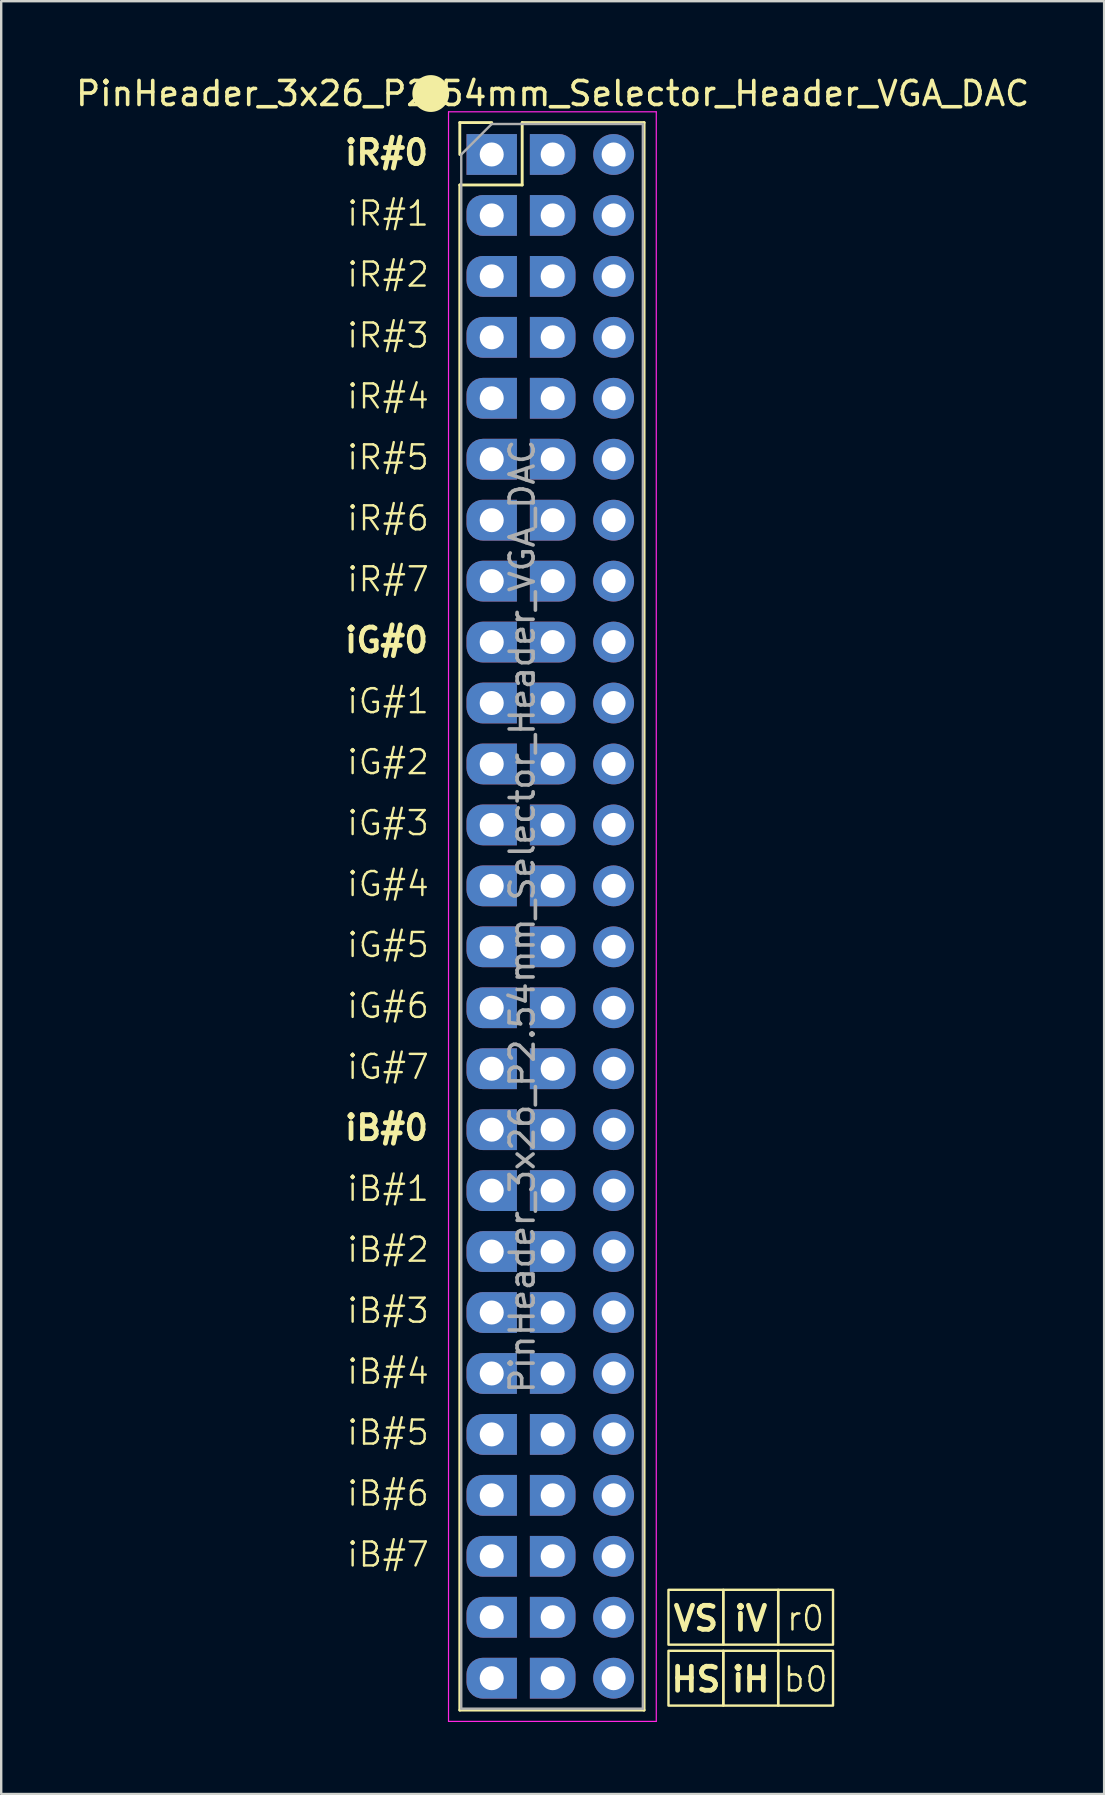
<source format=kicad_pcb>
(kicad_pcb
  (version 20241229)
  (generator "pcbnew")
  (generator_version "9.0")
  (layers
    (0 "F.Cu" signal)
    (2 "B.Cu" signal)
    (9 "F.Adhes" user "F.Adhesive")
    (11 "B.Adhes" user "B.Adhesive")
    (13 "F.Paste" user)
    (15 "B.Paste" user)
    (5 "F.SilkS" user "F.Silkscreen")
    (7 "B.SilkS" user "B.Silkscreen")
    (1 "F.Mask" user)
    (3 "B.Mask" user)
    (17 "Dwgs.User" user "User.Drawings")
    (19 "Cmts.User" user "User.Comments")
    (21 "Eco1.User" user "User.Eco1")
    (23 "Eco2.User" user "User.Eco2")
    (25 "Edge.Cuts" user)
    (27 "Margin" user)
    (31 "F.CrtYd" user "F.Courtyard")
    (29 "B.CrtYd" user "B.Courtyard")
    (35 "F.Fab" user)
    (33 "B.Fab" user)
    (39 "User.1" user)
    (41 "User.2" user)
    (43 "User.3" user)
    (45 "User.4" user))
  (footprint "PinHeader_3x26_P2.54mm_Selector_Header_VGA_DAC"
    (layer "F.Cu")
    (at 17.442 3.388)
    (property "Reference" "PinHeader_3x26_P2.54mm_Selector_Header_VGA_DAC" (at 2.54 -2.54 0) (layer "F.SilkS") (effects (font (size 1 1) (thickness 0.15))))
    (attr through_hole)
    (fp_line (start -1.33 -1.33) (end 0 -1.33) (stroke (width 0.12) (type solid)) (layer "F.SilkS"))
    (fp_line (start -1.33 0) (end -1.33 -1.33) (stroke (width 0.12) (type solid)) (layer "F.SilkS"))
    (fp_line (start -1.33 1.27) (end -1.33 64.83) (stroke (width 0.12) (type solid)) (layer "F.SilkS"))
    (fp_line (start -1.33 1.27) (end 1.27 1.27) (stroke (width 0.12) (type solid)) (layer "F.SilkS"))
    (fp_line (start -1.33 64.83) (end 6.35 64.83) (stroke (width 0.12) (type solid)) (layer "F.SilkS"))
    (fp_line (start 1.27 -1.33) (end 6.35 -1.33) (stroke (width 0.12) (type solid)) (layer "F.SilkS"))
    (fp_line (start 1.27 1.27) (end 1.27 -1.33) (stroke (width 0.12) (type solid)) (layer "F.SilkS"))
    (fp_line (start 6.35 -1.33) (end 6.35 64.83) (stroke (width 0.12) (type solid)) (layer "F.SilkS"))
    (fp_rect (start 7.366 59.817) (end 9.652 62.103) (stroke (width 0.1) (type default)) (fill no) (layer "F.SilkS"))
    (fp_rect (start 7.366 62.357) (end 9.652 64.643) (stroke (width 0.1) (type default)) (fill no) (layer "F.SilkS"))
    (fp_rect (start 9.652 59.817) (end 11.938 62.103) (stroke (width 0.1) (type default)) (fill no) (layer "F.SilkS"))
    (fp_rect (start 9.652 62.357) (end 11.938 64.643) (stroke (width 0.1) (type default)) (fill no) (layer "F.SilkS"))
    (fp_rect (start 11.938 59.817) (end 14.224 62.103) (stroke (width 0.1) (type default)) (fill no) (layer "F.SilkS"))
    (fp_rect (start 11.938 62.357) (end 14.224 64.643) (stroke (width 0.1) (type default)) (fill no) (layer "F.SilkS"))
    (fp_circle (center -2.54 -2.54) (end -1.822 -2.54) (stroke (width 0.1) (type solid)) (fill yes) (layer "F.SilkS"))
    (fp_line (start -1.8 -1.778) (end -1.8 65.3) (stroke (width 0.05) (type solid)) (layer "F.CrtYd"))
    (fp_line (start -1.8 65.3) (end 6.858 65.3) (stroke (width 0.05) (type solid)) (layer "F.CrtYd"))
    (fp_line (start 6.858 -1.778) (end -1.8 -1.778) (stroke (width 0.05) (type solid)) (layer "F.CrtYd"))
    (fp_line (start 6.858 65.3) (end 6.858 -1.778) (stroke (width 0.05) (type solid)) (layer "F.CrtYd"))
    (fp_line (start -1.27 0) (end 0 -1.27) (stroke (width 0.1) (type solid)) (layer "F.Fab"))
    (fp_line (start -1.27 64.77) (end -1.27 0) (stroke (width 0.1) (type solid)) (layer "F.Fab"))
    (fp_line (start 0 -1.27) (end 6.299 -1.27) (stroke (width 0.1) (type solid)) (layer "F.Fab"))
    (fp_line (start 6.299 -1.27) (end 6.299 64.77) (stroke (width 0.1) (type solid)) (layer "F.Fab"))
    (fp_line (start 6.299 64.77) (end -1.27 64.77) (stroke (width 0.1) (type solid)) (layer "F.Fab"))
    (fp_text user "iB#1" (at -2.54 43.688 0) (unlocked yes) (layer "F.SilkS") (effects (font (size 1 1) (thickness 0.1)) (justify right bottom)))
    (fp_text user "iR#7" (at -2.54 18.288 0) (unlocked yes) (layer "F.SilkS") (effects (font (size 1 1) (thickness 0.1)) (justify right bottom)))
    (fp_text user "iB#5" (at -2.54 53.848 0) (unlocked yes) (layer "F.SilkS") (effects (font (size 1 1) (thickness 0.1)) (justify right bottom)))
    (fp_text user "iR#0" (at -2.54 0.508 0) (unlocked yes) (layer "F.SilkS") (effects (font (size 1 1) (thickness 0.2) (bold yes)) (justify right bottom)))
    (fp_text user "iR#1" (at -2.54 3.048 0) (unlocked yes) (layer "F.SilkS") (effects (font (size 1 1) (thickness 0.1)) (justify right bottom)))
    (fp_text user "iR#3" (at -2.54 8.128 0) (unlocked yes) (layer "F.SilkS") (effects (font (size 1 1) (thickness 0.1)) (justify right bottom)))
    (fp_text user "iR#2" (at -2.54 5.588 0) (unlocked yes) (layer "F.SilkS") (effects (font (size 1 1) (thickness 0.1)) (justify right bottom)))
    (fp_text user "iG#2" (at -2.54 25.908 0) (unlocked yes) (layer "F.SilkS") (effects (font (size 1 1) (thickness 0.1)) (justify right bottom)))
    (fp_text user "VS" (at 8.509 61.595 0) (unlocked yes) (layer "F.SilkS") (effects (font (size 1 1) (thickness 0.2) (bold yes)) (justify bottom)))
    (fp_text user "iG#4" (at -2.54 30.988 0) (unlocked yes) (layer "F.SilkS") (effects (font (size 1 1) (thickness 0.1)) (justify right bottom)))
    (fp_text user "iR#6" (at -2.54 15.748 0) (unlocked yes) (layer "F.SilkS") (effects (font (size 1 1) (thickness 0.1)) (justify right bottom)))
    (fp_text user "iG#1" (at -2.54 23.368 0) (unlocked yes) (layer "F.SilkS") (effects (font (size 1 1) (thickness 0.1)) (justify right bottom)))
    (fp_text user "iG#6" (at -2.54 36.068 0) (unlocked yes) (layer "F.SilkS") (effects (font (size 1 1) (thickness 0.1)) (justify right bottom)))
    (fp_text user "HS" (at 8.509 64.135 0) (unlocked yes) (layer "F.SilkS") (effects (font (size 1 1) (thickness 0.2) (bold yes)) (justify bottom)))
    (fp_text user "iV" (at 10.795 61.595 0) (unlocked yes) (layer "F.SilkS") (effects (font (size 1 1) (thickness 0.2) (bold yes)) (justify bottom)))
    (fp_text user "iG#5" (at -2.54 33.528 0) (unlocked yes) (layer "F.SilkS") (effects (font (size 1 1) (thickness 0.1)) (justify right bottom)))
    (fp_text user "iG#3" (at -2.54 28.448 0) (unlocked yes) (layer "F.SilkS") (effects (font (size 1 1) (thickness 0.1)) (justify right bottom)))
    (fp_text user "iG#0" (at -2.54 20.828 0) (unlocked yes) (layer "F.SilkS") (effects (font (size 1 1) (thickness 0.2) (bold yes)) (justify right bottom)))
    (fp_text user "iB#7" (at -2.54 58.928 0) (unlocked yes) (layer "F.SilkS") (effects (font (size 1 1) (thickness 0.1)) (justify right bottom)))
    (fp_text user "iB#3" (at -2.54 48.768 0) (unlocked yes) (layer "F.SilkS") (effects (font (size 1 1) (thickness 0.1)) (justify right bottom)))
    (fp_text user "iB#0" (at -2.54 41.148 0) (unlocked yes) (layer "F.SilkS") (effects (font (size 1 1) (thickness 0.2) (bold yes)) (justify right bottom)))
    (fp_text user "iB#2" (at -2.54 46.228 0) (unlocked yes) (layer "F.SilkS") (effects (font (size 1 1) (thickness 0.1)) (justify right bottom)))
    (fp_text user "iR#4" (at -2.54 10.668 0) (unlocked yes) (layer "F.SilkS") (effects (font (size 1 1) (thickness 0.1)) (justify right bottom)))
    (fp_text user "r0" (at 13.081 61.595 0) (unlocked yes) (layer "F.SilkS") (effects (font (size 1 1) (thickness 0.1)) (justify bottom)))
    (fp_text user "iB#4" (at -2.54 51.308 0) (unlocked yes) (layer "F.SilkS") (effects (font (size 1 1) (thickness 0.1)) (justify right bottom)))
    (fp_text user "iR#5" (at -2.54 13.208 0) (unlocked yes) (layer "F.SilkS") (effects (font (size 1 1) (thickness 0.1)) (justify right bottom)))
    (fp_text user "iB#6" (at -2.54 56.388 0) (unlocked yes) (layer "F.SilkS") (effects (font (size 1 1) (thickness 0.1)) (justify right bottom)))
    (fp_text user "iG#7" (at -2.54 38.608 0) (unlocked yes) (layer "F.SilkS") (effects (font (size 1 1) (thickness 0.1)) (justify right bottom)))
    (fp_text user "b0" (at 13.081 64.135 0) (unlocked yes) (layer "F.SilkS") (effects (font (size 1 1) (thickness 0.1)) (justify bottom)))
    (fp_text user "iH" (at 10.795 64.135 0) (unlocked yes) (layer "F.SilkS") (effects (font (size 1 1) (thickness 0.2) (bold yes)) (justify bottom)))
    (fp_text user "${REFERENCE}" (at 1.27 31.75 90) (layer "F.Fab") (effects (font (size 1 1) (thickness 0.15))))
    (pad "a1" thru_hole rect (at 0 0) (size 2.1 1.7) (drill 1) (layers "*.Cu" "*.Mask"))
    (pad "a2" thru_hole roundrect (at 0 2.54) (size 2.1 1.7) (drill 1) (layers "*.Cu" "*.Mask") (roundrect_rratio 0.4) (chamfer_ratio 0) (chamfer top_right bottom_right))
    (pad "a3" thru_hole roundrect (at 0 5.08) (size 2.1 1.7) (drill 1) (layers "*.Cu" "*.Mask") (roundrect_rratio 0.4) (chamfer_ratio 0) (chamfer top_right bottom_right))
    (pad "a4" thru_hole roundrect (at 0 7.62) (size 2.1 1.7) (drill 1) (layers "*.Cu" "*.Mask") (roundrect_rratio 0.4) (chamfer_ratio 0) (chamfer top_right bottom_right))
    (pad "a5" thru_hole roundrect (at 0 10.16) (size 2.1 1.7) (drill 1) (layers "*.Cu" "*.Mask") (roundrect_rratio 0.4) (chamfer_ratio 0) (chamfer top_right bottom_right))
    (pad "a6" thru_hole roundrect (at 0 12.7) (size 2.1 1.7) (drill 1) (layers "*.Cu" "*.Mask") (roundrect_rratio 0.4) (chamfer_ratio 0) (chamfer top_right bottom_right))
    (pad "a7" thru_hole roundrect (at 0 15.24) (size 2.1 1.7) (drill 1) (layers "*.Cu" "*.Mask") (roundrect_rratio 0.4) (chamfer_ratio 0) (chamfer top_right bottom_right))
    (pad "a8" thru_hole roundrect (at 0 17.78) (size 2.1 1.7) (drill 1) (layers "*.Cu" "*.Mask") (roundrect_rratio 0.4) (chamfer_ratio 0) (chamfer top_right bottom_right))
    (pad "a9" thru_hole roundrect (at 0 20.32) (size 2.1 1.7) (drill 1) (layers "*.Cu" "*.Mask") (roundrect_rratio 0.4) (chamfer_ratio 0) (chamfer top_right bottom_right))
    (pad "a10" thru_hole roundrect (at 0 22.86) (size 2.1 1.7) (drill 1) (layers "*.Cu" "*.Mask") (roundrect_rratio 0.4) (chamfer_ratio 0) (chamfer top_right bottom_right))
    (pad "a11" thru_hole roundrect (at 0 25.4) (size 2.1 1.7) (drill 1) (layers "*.Cu" "*.Mask") (roundrect_rratio 0.4) (chamfer_ratio 0) (chamfer top_right bottom_right))
    (pad "a12" thru_hole roundrect (at 0 27.94) (size 2.1 1.7) (drill 1) (layers "*.Cu" "*.Mask") (roundrect_rratio 0.4) (chamfer_ratio 0) (chamfer top_right bottom_right))
    (pad "a13" thru_hole roundrect (at 0 30.48) (size 2.1 1.7) (drill 1) (layers "*.Cu" "*.Mask") (roundrect_rratio 0.4) (chamfer_ratio 0) (chamfer top_right bottom_right))
    (pad "a14" thru_hole roundrect (at 0 33.02) (size 2.1 1.7) (drill 1) (layers "*.Cu" "*.Mask") (roundrect_rratio 0.4) (chamfer_ratio 0) (chamfer top_right bottom_right))
    (pad "a15" thru_hole roundrect (at 0 35.56) (size 2.1 1.7) (drill 1) (layers "*.Cu" "*.Mask") (roundrect_rratio 0.4) (chamfer_ratio 0) (chamfer top_right bottom_right))
    (pad "a16" thru_hole roundrect (at 0 38.1) (size 2.1 1.7) (drill 1) (layers "*.Cu" "*.Mask") (roundrect_rratio 0.4) (chamfer_ratio 0) (chamfer top_right bottom_right))
    (pad "a17" thru_hole roundrect (at 0 40.64) (size 2.1 1.7) (drill 1) (layers "*.Cu" "*.Mask") (roundrect_rratio 0.4) (chamfer_ratio 0) (chamfer top_right bottom_right))
    (pad "a18" thru_hole roundrect (at 0 43.18) (size 2.1 1.7) (drill 1) (layers "*.Cu" "*.Mask") (roundrect_rratio 0.4) (chamfer_ratio 0) (chamfer top_right bottom_right))
    (pad "a19" thru_hole roundrect (at 0 45.72) (size 2.1 1.7) (drill 1) (layers "*.Cu" "*.Mask") (roundrect_rratio 0.4) (chamfer_ratio 0) (chamfer top_right bottom_right))
    (pad "a20" thru_hole roundrect (at 0 48.26) (size 2.1 1.7) (drill 1) (layers "*.Cu" "*.Mask") (roundrect_rratio 0.4) (chamfer_ratio 0) (chamfer top_right bottom_right))
    (pad "a21" thru_hole roundrect (at 0 50.8) (size 2.1 1.7) (drill 1) (layers "*.Cu" "*.Mask") (roundrect_rratio 0.4) (chamfer_ratio 0) (chamfer top_right bottom_right))
    (pad "a22" thru_hole roundrect (at 0 53.34) (size 2.1 1.7) (drill 1) (layers "*.Cu" "*.Mask") (roundrect_rratio 0.4) (chamfer_ratio 0) (chamfer top_right bottom_right))
    (pad "a23" thru_hole roundrect (at 0 55.88) (size 2.1 1.7) (drill 1) (layers "*.Cu" "*.Mask") (roundrect_rratio 0.4) (chamfer_ratio 0) (chamfer top_right bottom_right))
    (pad "a24" thru_hole roundrect (at 0 58.42) (size 2.1 1.7) (drill 1) (layers "*.Cu" "*.Mask") (roundrect_rratio 0.4) (chamfer_ratio 0) (chamfer top_right bottom_right))
    (pad "a25" thru_hole roundrect (at 0 60.96) (size 2.1 1.7) (drill 1) (layers "*.Cu" "*.Mask") (roundrect_rratio 0.4) (chamfer_ratio 0) (chamfer top_right bottom_right))
    (pad "a26" thru_hole roundrect (at 0 63.5) (size 2.1 1.7) (drill 1) (layers "*.Cu" "*.Mask") (roundrect_rratio 0.4) (chamfer_ratio 0) (chamfer top_right bottom_right))
    (pad "b1" thru_hole oval (at 5.08 0) (size 1.7 1.7) (drill 1) (layers "*.Cu" "*.Mask"))
    (pad "b2" thru_hole oval (at 5.08 2.54) (size 1.7 1.7) (drill 1) (layers "*.Cu" "*.Mask"))
    (pad "b3" thru_hole oval (at 5.08 5.08) (size 1.7 1.7) (drill 1) (layers "*.Cu" "*.Mask"))
    (pad "b4" thru_hole oval (at 5.08 7.62) (size 1.7 1.7) (drill 1) (layers "*.Cu" "*.Mask"))
    (pad "b5" thru_hole oval (at 5.08 10.16) (size 1.7 1.7) (drill 1) (layers "*.Cu" "*.Mask"))
    (pad "b6" thru_hole oval (at 5.08 12.7) (size 1.7 1.7) (drill 1) (layers "*.Cu" "*.Mask"))
    (pad "b7" thru_hole oval (at 5.08 15.24) (size 1.7 1.7) (drill 1) (layers "*.Cu" "*.Mask"))
    (pad "b8" thru_hole oval (at 5.08 17.78) (size 1.7 1.7) (drill 1) (layers "*.Cu" "*.Mask"))
    (pad "b9" thru_hole oval (at 5.08 20.32) (size 1.7 1.7) (drill 1) (layers "*.Cu" "*.Mask"))
    (pad "b10" thru_hole oval (at 5.08 22.86) (size 1.7 1.7) (drill 1) (layers "*.Cu" "*.Mask"))
    (pad "b11" thru_hole oval (at 5.08 25.4) (size 1.7 1.7) (drill 1) (layers "*.Cu" "*.Mask"))
    (pad "b12" thru_hole oval (at 5.08 27.94) (size 1.7 1.7) (drill 1) (layers "*.Cu" "*.Mask"))
    (pad "b13" thru_hole oval (at 5.08 30.48) (size 1.7 1.7) (drill 1) (layers "*.Cu" "*.Mask"))
    (pad "b14" thru_hole oval (at 5.08 33.02) (size 1.7 1.7) (drill 1) (layers "*.Cu" "*.Mask"))
    (pad "b15" thru_hole oval (at 5.08 35.56) (size 1.7 1.7) (drill 1) (layers "*.Cu" "*.Mask"))
    (pad "b16" thru_hole oval (at 5.08 38.1) (size 1.7 1.7) (drill 1) (layers "*.Cu" "*.Mask"))
    (pad "b17" thru_hole oval (at 5.08 40.64) (size 1.7 1.7) (drill 1) (layers "*.Cu" "*.Mask"))
    (pad "b18" thru_hole oval (at 5.08 43.18) (size 1.7 1.7) (drill 1) (layers "*.Cu" "*.Mask"))
    (pad "b19" thru_hole oval (at 5.08 45.72) (size 1.7 1.7) (drill 1) (layers "*.Cu" "*.Mask"))
    (pad "b20" thru_hole oval (at 5.08 48.26) (size 1.7 1.7) (drill 1) (layers "*.Cu" "*.Mask"))
    (pad "b21" thru_hole oval (at 5.08 50.8) (size 1.7 1.7) (drill 1) (layers "*.Cu" "*.Mask"))
    (pad "b22" thru_hole oval (at 5.08 53.34) (size 1.7 1.7) (drill 1) (layers "*.Cu" "*.Mask"))
    (pad "b23" thru_hole oval (at 5.08 55.88) (size 1.7 1.7) (drill 1) (layers "*.Cu" "*.Mask"))
    (pad "b24" thru_hole oval (at 5.08 58.42) (size 1.7 1.7) (drill 1) (layers "*.Cu" "*.Mask"))
    (pad "b25" thru_hole oval (at 5.08 60.96) (size 1.7 1.7) (drill 1) (layers "*.Cu" "*.Mask"))
    (pad "b26" thru_hole oval (at 5.08 63.5) (size 1.7 1.7) (drill 1) (layers "*.Cu" "*.Mask"))
    (pad "x1" thru_hole roundrect (at 2.54 0) (size 1.9 1.7) (drill 1) (layers "*.Cu" "*.Mask") (roundrect_rratio 0.4) (chamfer_ratio 0) (chamfer top_left bottom_left))
    (pad "x2" thru_hole roundrect (at 2.54 2.54) (size 1.9 1.7) (drill 1) (layers "*.Cu" "*.Mask") (roundrect_rratio 0.4) (chamfer_ratio 0) (chamfer top_left bottom_left))
    (pad "x3" thru_hole roundrect (at 2.54 5.08) (size 1.9 1.7) (drill 1) (layers "*.Cu" "*.Mask") (roundrect_rratio 0.4) (chamfer_ratio 0) (chamfer top_left bottom_left))
    (pad "x4" thru_hole roundrect (at 2.54 7.62) (size 1.9 1.7) (drill 1) (layers "*.Cu" "*.Mask") (roundrect_rratio 0.4) (chamfer_ratio 0) (chamfer top_left bottom_left))
    (pad "x5" thru_hole roundrect (at 2.54 10.16) (size 1.9 1.7) (drill 1) (layers "*.Cu" "*.Mask") (roundrect_rratio 0.4) (chamfer_ratio 0) (chamfer top_left bottom_left))
    (pad "x6" thru_hole roundrect (at 2.54 12.7) (size 1.9 1.7) (drill 1) (layers "*.Cu" "*.Mask") (roundrect_rratio 0.4) (chamfer_ratio 0) (chamfer top_left bottom_left))
    (pad "x7" thru_hole roundrect (at 2.54 15.24) (size 1.9 1.7) (drill 1) (layers "*.Cu" "*.Mask") (roundrect_rratio 0.4) (chamfer_ratio 0) (chamfer top_left bottom_left))
    (pad "x8" thru_hole roundrect (at 2.54 17.78) (size 1.9 1.7) (drill 1) (layers "*.Cu" "*.Mask") (roundrect_rratio 0.4) (chamfer_ratio 0) (chamfer top_left bottom_left))
    (pad "x9" thru_hole roundrect (at 2.54 20.32) (size 1.9 1.7) (drill 1) (layers "*.Cu" "*.Mask") (roundrect_rratio 0.4) (chamfer_ratio 0) (chamfer top_left bottom_left))
    (pad "x10" thru_hole roundrect (at 2.54 22.86) (size 1.9 1.7) (drill 1) (layers "*.Cu" "*.Mask") (roundrect_rratio 0.4) (chamfer_ratio 0) (chamfer top_left bottom_left))
    (pad "x11" thru_hole roundrect (at 2.54 25.4) (size 1.9 1.7) (drill 1) (layers "*.Cu" "*.Mask") (roundrect_rratio 0.4) (chamfer_ratio 0) (chamfer top_left bottom_left))
    (pad "x12" thru_hole roundrect (at 2.54 27.94) (size 1.9 1.7) (drill 1) (layers "*.Cu" "*.Mask") (roundrect_rratio 0.4) (chamfer_ratio 0) (chamfer top_left bottom_left))
    (pad "x13" thru_hole roundrect (at 2.54 30.48) (size 1.9 1.7) (drill 1) (layers "*.Cu" "*.Mask") (roundrect_rratio 0.4) (chamfer_ratio 0) (chamfer top_left bottom_left))
    (pad "x14" thru_hole roundrect (at 2.54 33.02) (size 1.9 1.7) (drill 1) (layers "*.Cu" "*.Mask") (roundrect_rratio 0.4) (chamfer_ratio 0) (chamfer top_left bottom_left))
    (pad "x15" thru_hole roundrect (at 2.54 35.56) (size 1.9 1.7) (drill 1) (layers "*.Cu" "*.Mask") (roundrect_rratio 0.4) (chamfer_ratio 0) (chamfer top_left bottom_left))
    (pad "x16" thru_hole roundrect (at 2.54 38.1) (size 1.9 1.7) (drill 1) (layers "*.Cu" "*.Mask") (roundrect_rratio 0.4) (chamfer_ratio 0) (chamfer top_left bottom_left))
    (pad "x17" thru_hole roundrect (at 2.54 40.64) (size 1.9 1.7) (drill 1) (layers "*.Cu" "*.Mask") (roundrect_rratio 0.4) (chamfer_ratio 0) (chamfer top_left bottom_left))
    (pad "x18" thru_hole roundrect (at 2.54 43.18) (size 1.9 1.7) (drill 1) (layers "*.Cu" "*.Mask") (roundrect_rratio 0.4) (chamfer_ratio 0) (chamfer top_left bottom_left))
    (pad "x19" thru_hole roundrect (at 2.54 45.72) (size 1.9 1.7) (drill 1) (layers "*.Cu" "*.Mask") (roundrect_rratio 0.4) (chamfer_ratio 0) (chamfer top_left bottom_left))
    (pad "x20" thru_hole roundrect (at 2.54 48.26) (size 1.9 1.7) (drill 1) (layers "*.Cu" "*.Mask") (roundrect_rratio 0.4) (chamfer_ratio 0) (chamfer top_left bottom_left))
    (pad "x21" thru_hole roundrect (at 2.54 50.8) (size 1.9 1.7) (drill 1) (layers "*.Cu" "*.Mask") (roundrect_rratio 0.4) (chamfer_ratio 0) (chamfer top_left bottom_left))
    (pad "x22" thru_hole roundrect (at 2.54 53.34) (size 1.9 1.7) (drill 1) (layers "*.Cu" "*.Mask") (roundrect_rratio 0.4) (chamfer_ratio 0) (chamfer top_left bottom_left))
    (pad "x23" thru_hole roundrect (at 2.54 55.88) (size 1.9 1.7) (drill 1) (layers "*.Cu" "*.Mask") (roundrect_rratio 0.4) (chamfer_ratio 0) (chamfer top_left bottom_left))
    (pad "x24" thru_hole roundrect (at 2.54 58.42) (size 1.9 1.7) (drill 1) (layers "*.Cu" "*.Mask") (roundrect_rratio 0.4) (chamfer_ratio 0) (chamfer top_left bottom_left))
    (pad "x25" thru_hole roundrect (at 2.54 60.96) (size 1.9 1.7) (drill 1) (layers "*.Cu" "*.Mask") (roundrect_rratio 0.4) (chamfer_ratio 0) (chamfer top_left bottom_left))
    (pad "x26" thru_hole roundrect (at 2.54 63.5) (size 1.9 1.7) (drill 1) (layers "*.Cu" "*.Mask") (roundrect_rratio 0.4) (chamfer_ratio 0) (chamfer top_left bottom_left)))
  (gr_rect
    (start -3 -3)
    (end 42.964 71.713)
    (stroke (width 0.1) (type default))
    (fill no)
    (layer "Edge.Cuts")))
</source>
